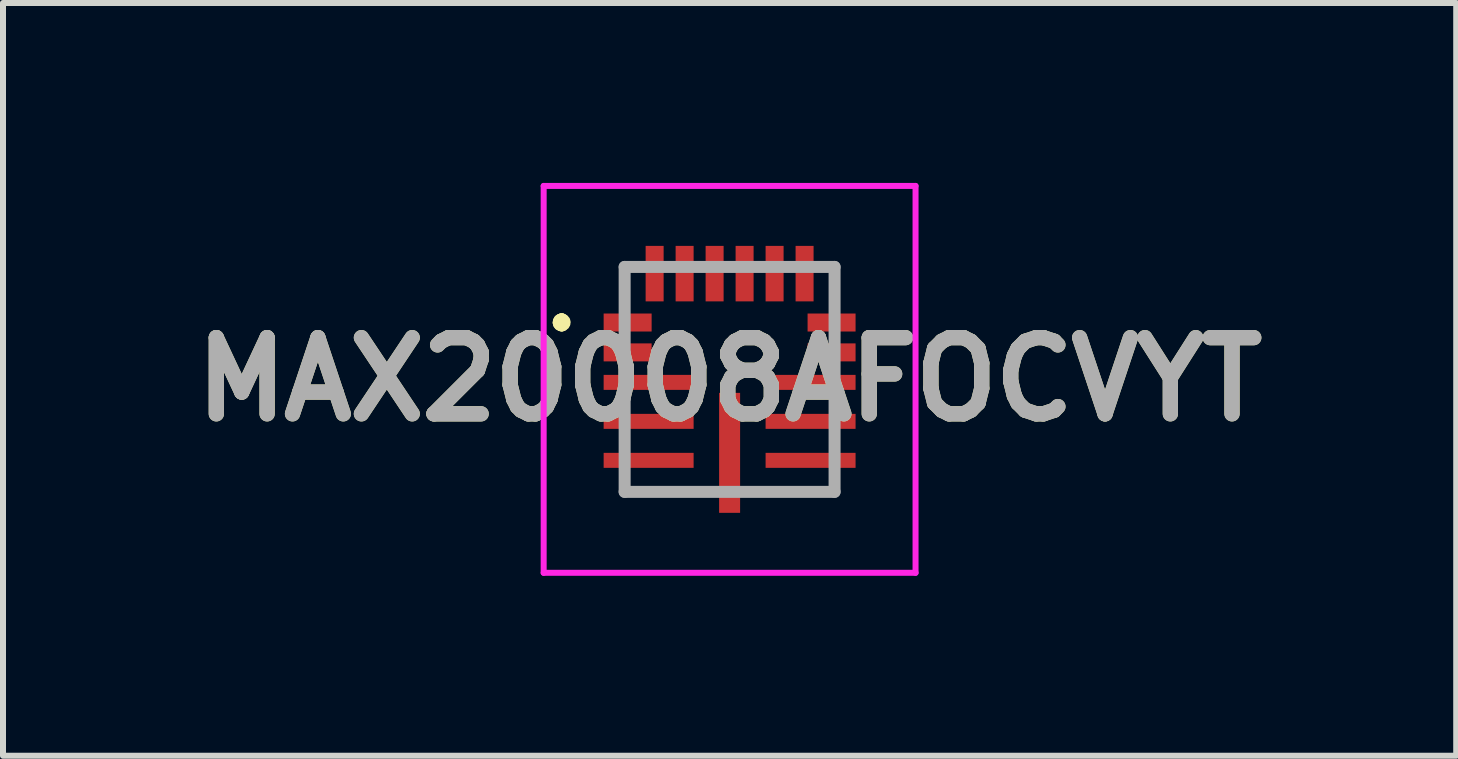
<source format=kicad_pcb>
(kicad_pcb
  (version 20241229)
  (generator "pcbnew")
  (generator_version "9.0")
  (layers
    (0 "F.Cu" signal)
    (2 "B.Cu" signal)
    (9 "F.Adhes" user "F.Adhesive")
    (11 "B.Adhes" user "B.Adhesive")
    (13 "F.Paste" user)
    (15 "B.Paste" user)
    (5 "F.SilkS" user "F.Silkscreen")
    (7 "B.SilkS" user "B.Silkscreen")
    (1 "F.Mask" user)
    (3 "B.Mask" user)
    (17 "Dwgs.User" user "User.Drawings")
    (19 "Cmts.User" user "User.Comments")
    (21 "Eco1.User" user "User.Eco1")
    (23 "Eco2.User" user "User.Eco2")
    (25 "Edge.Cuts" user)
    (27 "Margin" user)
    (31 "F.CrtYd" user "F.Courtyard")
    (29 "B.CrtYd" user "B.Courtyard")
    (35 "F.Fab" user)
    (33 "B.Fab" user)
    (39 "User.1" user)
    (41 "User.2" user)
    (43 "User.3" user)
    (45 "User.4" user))
  (footprint "MAX20008AFOCVYT"
    (layer "F.Cu")
    (at 9.114 3.275)
    (property "Reference" "MAX20008AFOCVYT" (at 0 0 0) (layer "F.SilkS") (effects (font (size 1.27 1.27) (thickness 0.254))))
    (attr smd)
    (fp_line (start -2.8 -1) (end -2.8 -1) (stroke (width 0.2) (type solid)) (layer "F.SilkS"))
    (fp_line (start -2.8 -1) (end -2.8 -1) (stroke (width 0.2) (type solid)) (layer "F.SilkS"))
    (fp_line (start -2.8 -0.9) (end -2.8 -0.9) (stroke (width 0.2) (type solid)) (layer "F.SilkS"))
    (fp_arc (start -2.8 -1) (mid -2.75 -0.95) (end -2.8 -0.9) (stroke (width 0.2) (type solid)) (layer "F.SilkS"))
    (fp_arc (start -2.8 -0.9) (mid -2.85 -0.95) (end -2.8 -1) (stroke (width 0.2) (type solid)) (layer "F.SilkS"))
    (fp_arc (start -2.8 -0.9) (mid -2.85 -0.95) (end -2.8 -1) (stroke (width 0.2) (type solid)) (layer "F.SilkS"))
    (fp_line (start -3.1 -3.225) (end 3.1 -3.225) (stroke (width 0.1) (type solid)) (layer "F.CrtYd"))
    (fp_line (start -3.1 3.225) (end -3.1 -3.225) (stroke (width 0.1) (type solid)) (layer "F.CrtYd"))
    (fp_line (start 3.1 -3.225) (end 3.1 3.225) (stroke (width 0.1) (type solid)) (layer "F.CrtYd"))
    (fp_line (start 3.1 3.225) (end -3.1 3.225) (stroke (width 0.1) (type solid)) (layer "F.CrtYd"))
    (fp_line (start -1.75 -1.875) (end -1.75 1.875) (stroke (width 0.2) (type solid)) (layer "F.Fab"))
    (fp_line (start -1.75 1.875) (end 1.75 1.875) (stroke (width 0.2) (type solid)) (layer "F.Fab"))
    (fp_line (start 1.75 -1.875) (end -1.75 -1.875) (stroke (width 0.2) (type solid)) (layer "F.Fab"))
    (fp_line (start 1.75 1.875) (end 1.75 -1.875) (stroke (width 0.2) (type solid)) (layer "F.Fab"))
    (fp_text user "${REFERENCE}" (at 0 0 0) (layer "F.Fab") (effects (font (size 1.27 1.27) (thickness 0.254))))
    (pad "1" smd rect (at -1.7 -0.948 90) (size 0.3 0.8) (layers "F.Cu" "F.Mask" "F.Paste"))
    (pad "2" smd rect (at -1.7 -0.45 90) (size 0.3 0.8) (layers "F.Cu" "F.Mask" "F.Paste"))
    (pad "3" smd rect (at -1.35 0.05 90) (size 0.25 1.5) (layers "F.Cu" "F.Mask" "F.Paste"))
    (pad "4" smd rect (at -1.35 0.7 90) (size 0.25 1.5) (layers "F.Cu" "F.Mask" "F.Paste"))
    (pad "5" smd rect (at -1.35 1.35 90) (size 0.25 1.5) (layers "F.Cu" "F.Mask" "F.Paste"))
    (pad "6" smd rect (at 0 1.225) (size 0.35 2) (layers "F.Cu" "F.Mask" "F.Paste"))
    (pad "7" smd rect (at 1.35 1.35 90) (size 0.25 1.5) (layers "F.Cu" "F.Mask" "F.Paste"))
    (pad "8" smd rect (at 1.35 0.7 90) (size 0.25 1.5) (layers "F.Cu" "F.Mask" "F.Paste"))
    (pad "9" smd rect (at 1.35 0.05 90) (size 0.25 1.5) (layers "F.Cu" "F.Mask" "F.Paste"))
    (pad "10" smd rect (at 1.7 -0.45 90) (size 0.3 0.8) (layers "F.Cu" "F.Mask" "F.Paste"))
    (pad "11" smd rect (at 1.7 -0.948 90) (size 0.3 0.8) (layers "F.Cu" "F.Mask" "F.Paste"))
    (pad "12" smd rect (at 1.25 -1.763) (size 0.3 0.925) (layers "F.Cu" "F.Mask" "F.Paste"))
    (pad "13" smd rect (at 0.75 -1.763) (size 0.3 0.925) (layers "F.Cu" "F.Mask" "F.Paste"))
    (pad "14" smd rect (at 0.25 -1.763) (size 0.3 0.925) (layers "F.Cu" "F.Mask" "F.Paste"))
    (pad "15" smd rect (at -0.25 -1.763) (size 0.3 0.925) (layers "F.Cu" "F.Mask" "F.Paste"))
    (pad "16" smd rect (at -0.75 -1.763) (size 0.3 0.925) (layers "F.Cu" "F.Mask" "F.Paste"))
    (pad "17" smd rect (at -1.25 -1.763) (size 0.3 0.925) (layers "F.Cu" "F.Mask" "F.Paste")))
  (gr_rect
    (start -3 -3)
    (end 21.228 9.55)
    (stroke (width 0.1) (type default))
    (fill no)
    (layer "Edge.Cuts")))
</source>
